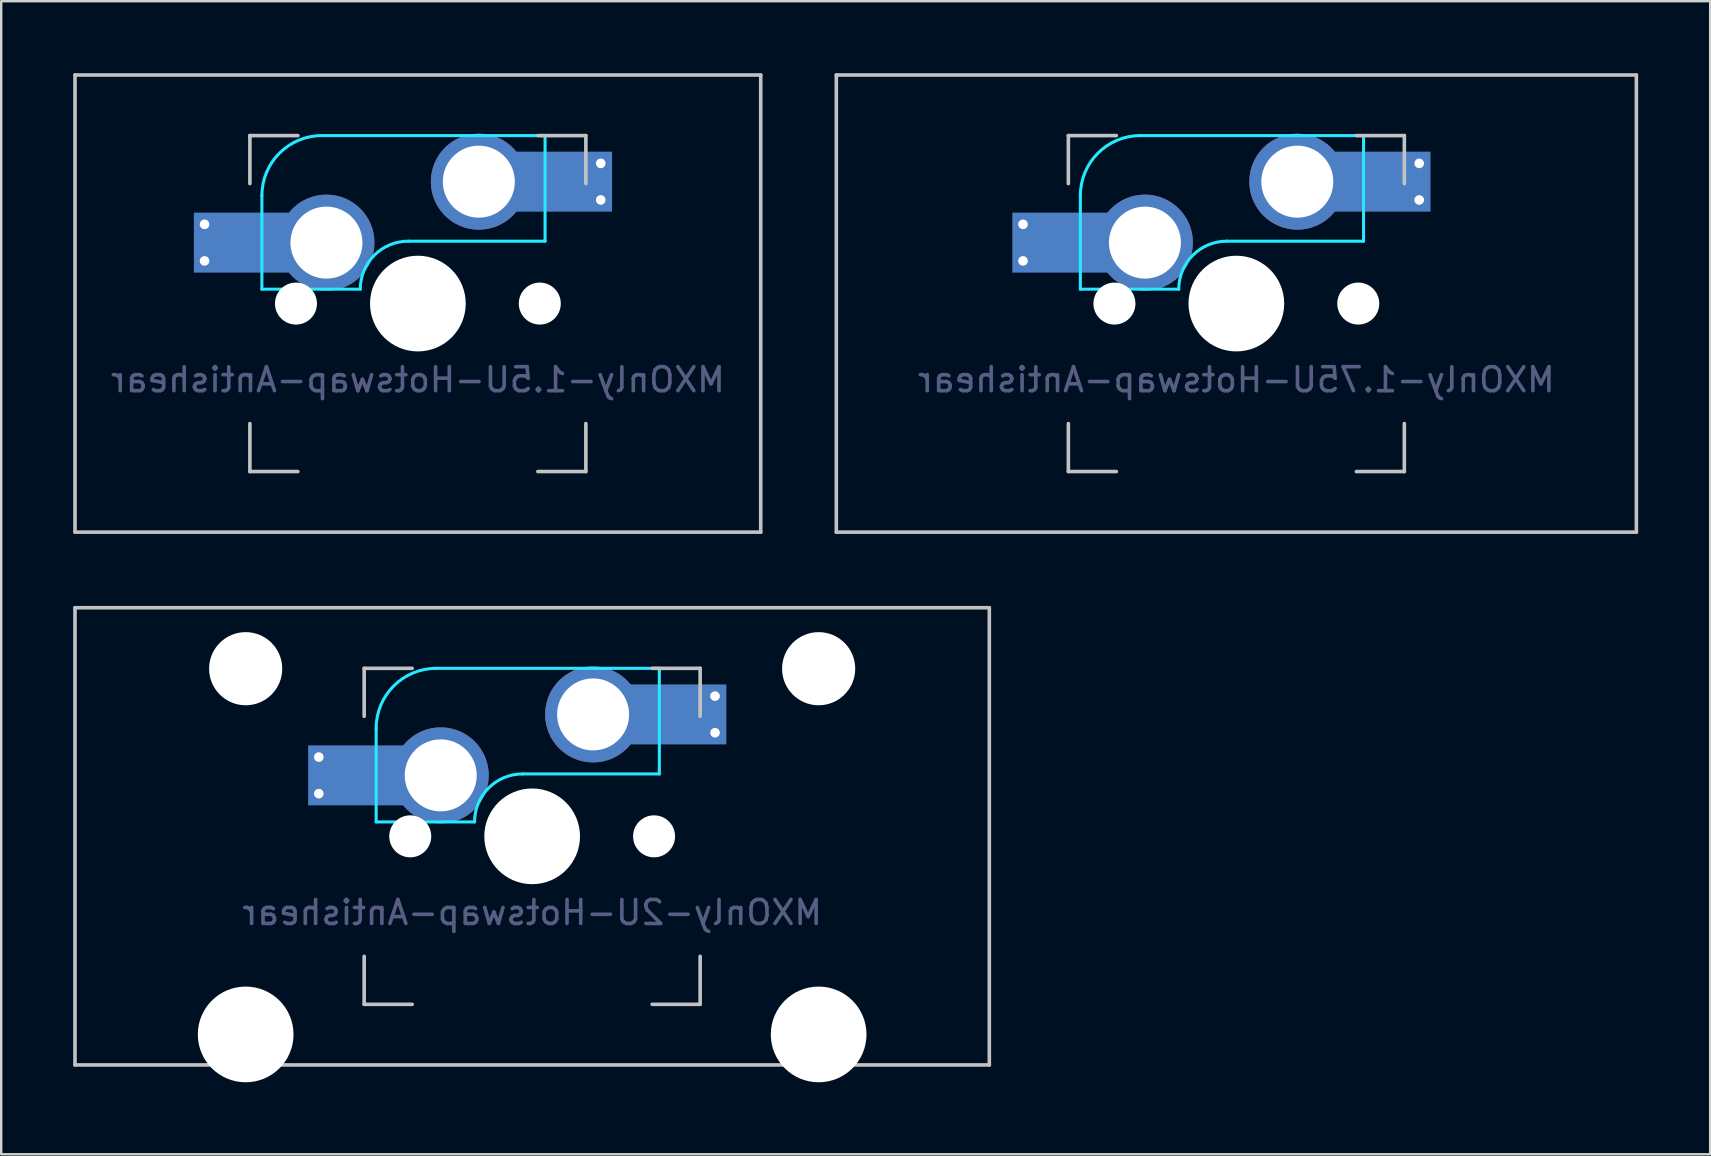
<source format=kicad_pcb>
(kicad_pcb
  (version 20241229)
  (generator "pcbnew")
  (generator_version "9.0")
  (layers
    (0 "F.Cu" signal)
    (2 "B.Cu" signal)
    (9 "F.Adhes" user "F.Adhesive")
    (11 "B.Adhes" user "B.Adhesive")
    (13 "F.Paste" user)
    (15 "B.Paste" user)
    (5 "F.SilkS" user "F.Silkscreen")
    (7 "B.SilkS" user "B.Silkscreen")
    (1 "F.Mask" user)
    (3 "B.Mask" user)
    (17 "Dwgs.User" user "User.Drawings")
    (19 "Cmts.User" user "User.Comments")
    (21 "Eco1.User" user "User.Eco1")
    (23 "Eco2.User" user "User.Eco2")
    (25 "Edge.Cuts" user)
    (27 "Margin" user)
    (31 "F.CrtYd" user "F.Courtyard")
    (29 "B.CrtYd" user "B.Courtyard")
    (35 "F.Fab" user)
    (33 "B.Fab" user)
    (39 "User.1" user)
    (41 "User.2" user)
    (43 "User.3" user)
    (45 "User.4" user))
  (footprint "MXOnly-1.5U-Hotswap-Antishear"
    (layer "F.Cu")
    (at 14.363 9.6)
    (property "Reference" "MXOnly-1.5U-Hotswap-Antishear" (at 0 3.175 0) (layer "B.Fab") (effects (font (size 1 1) (thickness 0.15)) (justify mirror)))
    (attr smd)
    (fp_line (start -14.287 -9.525) (end 14.287 -9.525) (stroke (width 0.15) (type solid)) (layer "Dwgs.User"))
    (fp_line (start -14.287 9.525) (end -14.287 -9.525) (stroke (width 0.15) (type solid)) (layer "Dwgs.User"))
    (fp_line (start -7 -7) (end -7 -5) (stroke (width 0.15) (type solid)) (layer "Dwgs.User"))
    (fp_line (start -7 5) (end -7 7) (stroke (width 0.15) (type solid)) (layer "Dwgs.User"))
    (fp_line (start -7 7) (end -5 7) (stroke (width 0.15) (type solid)) (layer "Dwgs.User"))
    (fp_line (start -5 -7) (end -7 -7) (stroke (width 0.15) (type solid)) (layer "Dwgs.User"))
    (fp_line (start 5 -7) (end 7 -7) (stroke (width 0.15) (type solid)) (layer "Dwgs.User"))
    (fp_line (start 5 7) (end 7 7) (stroke (width 0.15) (type solid)) (layer "Dwgs.User"))
    (fp_line (start 7 -7) (end 7 -5) (stroke (width 0.15) (type solid)) (layer "Dwgs.User"))
    (fp_line (start 7 7) (end 7 5) (stroke (width 0.15) (type solid)) (layer "Dwgs.User"))
    (fp_line (start 14.287 -9.525) (end 14.287 9.525) (stroke (width 0.15) (type solid)) (layer "Dwgs.User"))
    (fp_line (start 14.287 9.525) (end -14.287 9.525) (stroke (width 0.15) (type solid)) (layer "Dwgs.User"))
    (fp_line (start -6.5 -4.5) (end -6.5 -0.6) (stroke (width 0.127) (type solid)) (layer "B.CrtYd"))
    (fp_line (start -6.5 -0.6) (end -2.4 -0.6) (stroke (width 0.127) (type solid)) (layer "B.CrtYd"))
    (fp_line (start -0.4 -2.6) (end 5.3 -2.6) (stroke (width 0.127) (type solid)) (layer "B.CrtYd"))
    (fp_line (start 5.3 -7) (end -4 -7) (stroke (width 0.127) (type solid)) (layer "B.CrtYd"))
    (fp_line (start 5.3 -7) (end 5.3 -2.6) (stroke (width 0.127) (type solid)) (layer "B.CrtYd"))
    (fp_arc (start -6.5 -4.5) (mid -5.767767 -6.267767) (end -4 -7) (stroke (width 0.127) (type solid)) (layer "B.CrtYd"))
    (fp_arc (start -2.4 -0.6) (mid -1.814214 -2.014214) (end -0.4 -2.6) (stroke (width 0.127) (type solid)) (layer "B.CrtYd"))
    (pad "" smd rect (at -7.085 -2.54) (size 2.55 2.5) (layers "B.Mask" "B.Paste"))
    (pad "" np_thru_hole circle (at -5.08 0 48.1) (size 1.75 1.75) (drill 1.75) (layers "*.Cu" "*.Mask"))
    (pad "" np_thru_hole circle (at 0 0) (size 3.988 3.988) (drill 3.988) (layers "*.Cu" "*.Mask"))
    (pad "" np_thru_hole circle (at 5.08 0 48.1) (size 1.75 1.75) (drill 1.75) (layers "*.Cu" "*.Mask"))
    (pad "" smd rect (at 5.815 -5.08) (size 2.55 2.5) (layers "B.Mask" "B.Paste"))
    (pad "1" thru_hole circle (at -8.89 -3.302) (size 0.8 0.8) (drill 0.4) (layers "*.Cu"))
    (pad "1" thru_hole circle (at -8.89 -1.778) (size 0.8 0.8) (drill 0.4) (layers "*.Cu"))
    (pad "1" smd rect (at -7.085 -2.54) (size 4.5 2.5) (layers "B.Cu"))
    (pad "1" thru_hole circle (at -3.81 -2.54) (size 4 4) (drill 3) (layers "*.Cu"))
    (pad "2" thru_hole circle (at 2.54 -5.08) (size 4 4) (drill 3) (layers "*.Cu"))
    (pad "2" smd rect (at 5.842 -5.08) (size 4.5 2.5) (layers "B.Cu"))
    (pad "2" thru_hole circle (at 7.62 -5.842) (size 0.8 0.8) (drill 0.4) (layers "*.Cu"))
    (pad "2" thru_hole circle (at 7.62 -4.318) (size 0.8 0.8) (drill 0.4) (layers "*.Cu")))
  (footprint "MXOnly-1.75U-Hotswap-Antishear"
    (layer "F.Cu")
    (at 48.469 9.6)
    (property "Reference" "MXOnly-1.75U-Hotswap-Antishear" (at 0 3.175 0) (layer "B.Fab") (effects (font (size 1 1) (thickness 0.15)) (justify mirror)))
    (attr smd)
    (fp_line (start -16.669 -9.525) (end 16.669 -9.525) (stroke (width 0.15) (type solid)) (layer "Dwgs.User"))
    (fp_line (start -16.669 9.525) (end -16.669 -9.525) (stroke (width 0.15) (type solid)) (layer "Dwgs.User"))
    (fp_line (start -7 -7) (end -7 -5) (stroke (width 0.15) (type solid)) (layer "Dwgs.User"))
    (fp_line (start -7 5) (end -7 7) (stroke (width 0.15) (type solid)) (layer "Dwgs.User"))
    (fp_line (start -7 7) (end -5 7) (stroke (width 0.15) (type solid)) (layer "Dwgs.User"))
    (fp_line (start -5 -7) (end -7 -7) (stroke (width 0.15) (type solid)) (layer "Dwgs.User"))
    (fp_line (start 5 -7) (end 7 -7) (stroke (width 0.15) (type solid)) (layer "Dwgs.User"))
    (fp_line (start 5 7) (end 7 7) (stroke (width 0.15) (type solid)) (layer "Dwgs.User"))
    (fp_line (start 7 -7) (end 7 -5) (stroke (width 0.15) (type solid)) (layer "Dwgs.User"))
    (fp_line (start 7 7) (end 7 5) (stroke (width 0.15) (type solid)) (layer "Dwgs.User"))
    (fp_line (start 16.669 -9.525) (end 16.669 9.525) (stroke (width 0.15) (type solid)) (layer "Dwgs.User"))
    (fp_line (start 16.669 9.525) (end -16.669 9.525) (stroke (width 0.15) (type solid)) (layer "Dwgs.User"))
    (fp_line (start -6.5 -4.5) (end -6.5 -0.6) (stroke (width 0.127) (type solid)) (layer "B.CrtYd"))
    (fp_line (start -6.5 -0.6) (end -2.4 -0.6) (stroke (width 0.127) (type solid)) (layer "B.CrtYd"))
    (fp_line (start -0.4 -2.6) (end 5.3 -2.6) (stroke (width 0.127) (type solid)) (layer "B.CrtYd"))
    (fp_line (start 5.3 -7) (end -4 -7) (stroke (width 0.127) (type solid)) (layer "B.CrtYd"))
    (fp_line (start 5.3 -7) (end 5.3 -2.6) (stroke (width 0.127) (type solid)) (layer "B.CrtYd"))
    (fp_arc (start -6.5 -4.5) (mid -5.767767 -6.267767) (end -4 -7) (stroke (width 0.127) (type solid)) (layer "B.CrtYd"))
    (fp_arc (start -2.4 -0.6) (mid -1.814214 -2.014214) (end -0.4 -2.6) (stroke (width 0.127) (type solid)) (layer "B.CrtYd"))
    (pad "" smd rect (at -7.085 -2.54) (size 2.55 2.5) (layers "B.Mask" "B.Paste"))
    (pad "" np_thru_hole circle (at -5.08 0 48.1) (size 1.75 1.75) (drill 1.75) (layers "*.Cu" "*.Mask"))
    (pad "" np_thru_hole circle (at 0 0) (size 3.988 3.988) (drill 3.988) (layers "*.Cu" "*.Mask"))
    (pad "" np_thru_hole circle (at 5.08 0 48.1) (size 1.75 1.75) (drill 1.75) (layers "*.Cu" "*.Mask"))
    (pad "" smd rect (at 5.815 -5.08) (size 2.55 2.5) (layers "B.Mask" "B.Paste"))
    (pad "1" thru_hole circle (at -8.89 -3.302) (size 0.8 0.8) (drill 0.4) (layers "*.Cu"))
    (pad "1" thru_hole circle (at -8.89 -1.778) (size 0.8 0.8) (drill 0.4) (layers "*.Cu"))
    (pad "1" smd rect (at -7.085 -2.54) (size 4.5 2.5) (layers "B.Cu"))
    (pad "1" thru_hole circle (at -3.81 -2.54) (size 4 4) (drill 3) (layers "*.Cu"))
    (pad "2" thru_hole circle (at 2.54 -5.08) (size 4 4) (drill 3) (layers "*.Cu"))
    (pad "2" smd rect (at 5.842 -5.08) (size 4.5 2.5) (layers "B.Cu"))
    (pad "2" thru_hole circle (at 7.62 -5.842) (size 0.8 0.8) (drill 0.4) (layers "*.Cu"))
    (pad "2" thru_hole circle (at 7.62 -4.318) (size 0.8 0.8) (drill 0.4) (layers "*.Cu")))
  (footprint "MXOnly-2U-Hotswap-Antishear"
    (layer "F.Cu")
    (at 19.125 31.8)
    (property "Reference" "MXOnly-2U-Hotswap-Antishear" (at 0 3.175 0) (layer "B.Fab") (effects (font (size 1 1) (thickness 0.15)) (justify mirror)))
    (attr smd)
    (fp_line (start -19.05 -9.525) (end 19.05 -9.525) (stroke (width 0.15) (type solid)) (layer "Dwgs.User"))
    (fp_line (start -19.05 9.525) (end -19.05 -9.525) (stroke (width 0.15) (type solid)) (layer "Dwgs.User"))
    (fp_line (start -7 -7) (end -7 -5) (stroke (width 0.15) (type solid)) (layer "Dwgs.User"))
    (fp_line (start -7 5) (end -7 7) (stroke (width 0.15) (type solid)) (layer "Dwgs.User"))
    (fp_line (start -7 7) (end -5 7) (stroke (width 0.15) (type solid)) (layer "Dwgs.User"))
    (fp_line (start -5 -7) (end -7 -7) (stroke (width 0.15) (type solid)) (layer "Dwgs.User"))
    (fp_line (start 5 -7) (end 7 -7) (stroke (width 0.15) (type solid)) (layer "Dwgs.User"))
    (fp_line (start 5 7) (end 7 7) (stroke (width 0.15) (type solid)) (layer "Dwgs.User"))
    (fp_line (start 7 -7) (end 7 -5) (stroke (width 0.15) (type solid)) (layer "Dwgs.User"))
    (fp_line (start 7 7) (end 7 5) (stroke (width 0.15) (type solid)) (layer "Dwgs.User"))
    (fp_line (start 19.05 -9.525) (end 19.05 9.525) (stroke (width 0.15) (type solid)) (layer "Dwgs.User"))
    (fp_line (start 19.05 9.525) (end -19.05 9.525) (stroke (width 0.15) (type solid)) (layer "Dwgs.User"))
    (fp_line (start -6.5 -4.5) (end -6.5 -0.6) (stroke (width 0.127) (type solid)) (layer "B.CrtYd"))
    (fp_line (start -6.5 -0.6) (end -2.4 -0.6) (stroke (width 0.127) (type solid)) (layer "B.CrtYd"))
    (fp_line (start -0.4 -2.6) (end 5.3 -2.6) (stroke (width 0.127) (type solid)) (layer "B.CrtYd"))
    (fp_line (start 5.3 -7) (end -4 -7) (stroke (width 0.127) (type solid)) (layer "B.CrtYd"))
    (fp_line (start 5.3 -7) (end 5.3 -2.6) (stroke (width 0.127) (type solid)) (layer "B.CrtYd"))
    (fp_arc (start -6.5 -4.5) (mid -5.767767 -6.267767) (end -4 -7) (stroke (width 0.127) (type solid)) (layer "B.CrtYd"))
    (fp_arc (start -2.4 -0.6) (mid -1.814214 -2.014214) (end -0.4 -2.6) (stroke (width 0.127) (type solid)) (layer "B.CrtYd"))
    (pad "" np_thru_hole circle (at -11.938 -6.985) (size 3.048 3.048) (drill 3.048) (layers "*.Cu" "*.Mask"))
    (pad "" np_thru_hole circle (at -11.938 8.255) (size 3.988 3.988) (drill 3.988) (layers "*.Cu" "*.Mask"))
    (pad "" smd rect (at -7.085 -2.54) (size 2.55 2.5) (layers "B.Mask" "B.Paste"))
    (pad "" np_thru_hole circle (at -5.08 0 48.1) (size 1.75 1.75) (drill 1.75) (layers "*.Cu" "*.Mask"))
    (pad "" np_thru_hole circle (at 0 0) (size 3.988 3.988) (drill 3.988) (layers "*.Cu" "*.Mask"))
    (pad "" np_thru_hole circle (at 5.08 0 48.1) (size 1.75 1.75) (drill 1.75) (layers "*.Cu" "*.Mask"))
    (pad "" smd rect (at 5.815 -5.08) (size 2.55 2.5) (layers "B.Mask" "B.Paste"))
    (pad "" np_thru_hole circle (at 11.938 -6.985) (size 3.048 3.048) (drill 3.048) (layers "*.Cu" "*.Mask"))
    (pad "" np_thru_hole circle (at 11.938 8.255) (size 3.988 3.988) (drill 3.988) (layers "*.Cu" "*.Mask"))
    (pad "1" thru_hole circle (at -8.89 -3.302) (size 0.8 0.8) (drill 0.4) (layers "*.Cu"))
    (pad "1" thru_hole circle (at -8.89 -1.778) (size 0.8 0.8) (drill 0.4) (layers "*.Cu"))
    (pad "1" smd rect (at -7.085 -2.54) (size 4.5 2.5) (layers "B.Cu"))
    (pad "1" thru_hole circle (at -3.81 -2.54) (size 4 4) (drill 3) (layers "*.Cu"))
    (pad "2" thru_hole circle (at 2.54 -5.08) (size 4 4) (drill 3) (layers "*.Cu"))
    (pad "2" smd rect (at 5.842 -5.08) (size 4.5 2.5) (layers "B.Cu"))
    (pad "2" thru_hole circle (at 7.62 -5.842) (size 0.8 0.8) (drill 0.4) (layers "*.Cu"))
    (pad "2" thru_hole circle (at 7.62 -4.318) (size 0.8 0.8) (drill 0.4) (layers "*.Cu")))
  (gr_rect
    (start -3 -3)
    (end 68.213 45.049)
    (stroke (width 0.1) (type default))
    (fill no)
    (layer "Edge.Cuts")))
</source>
